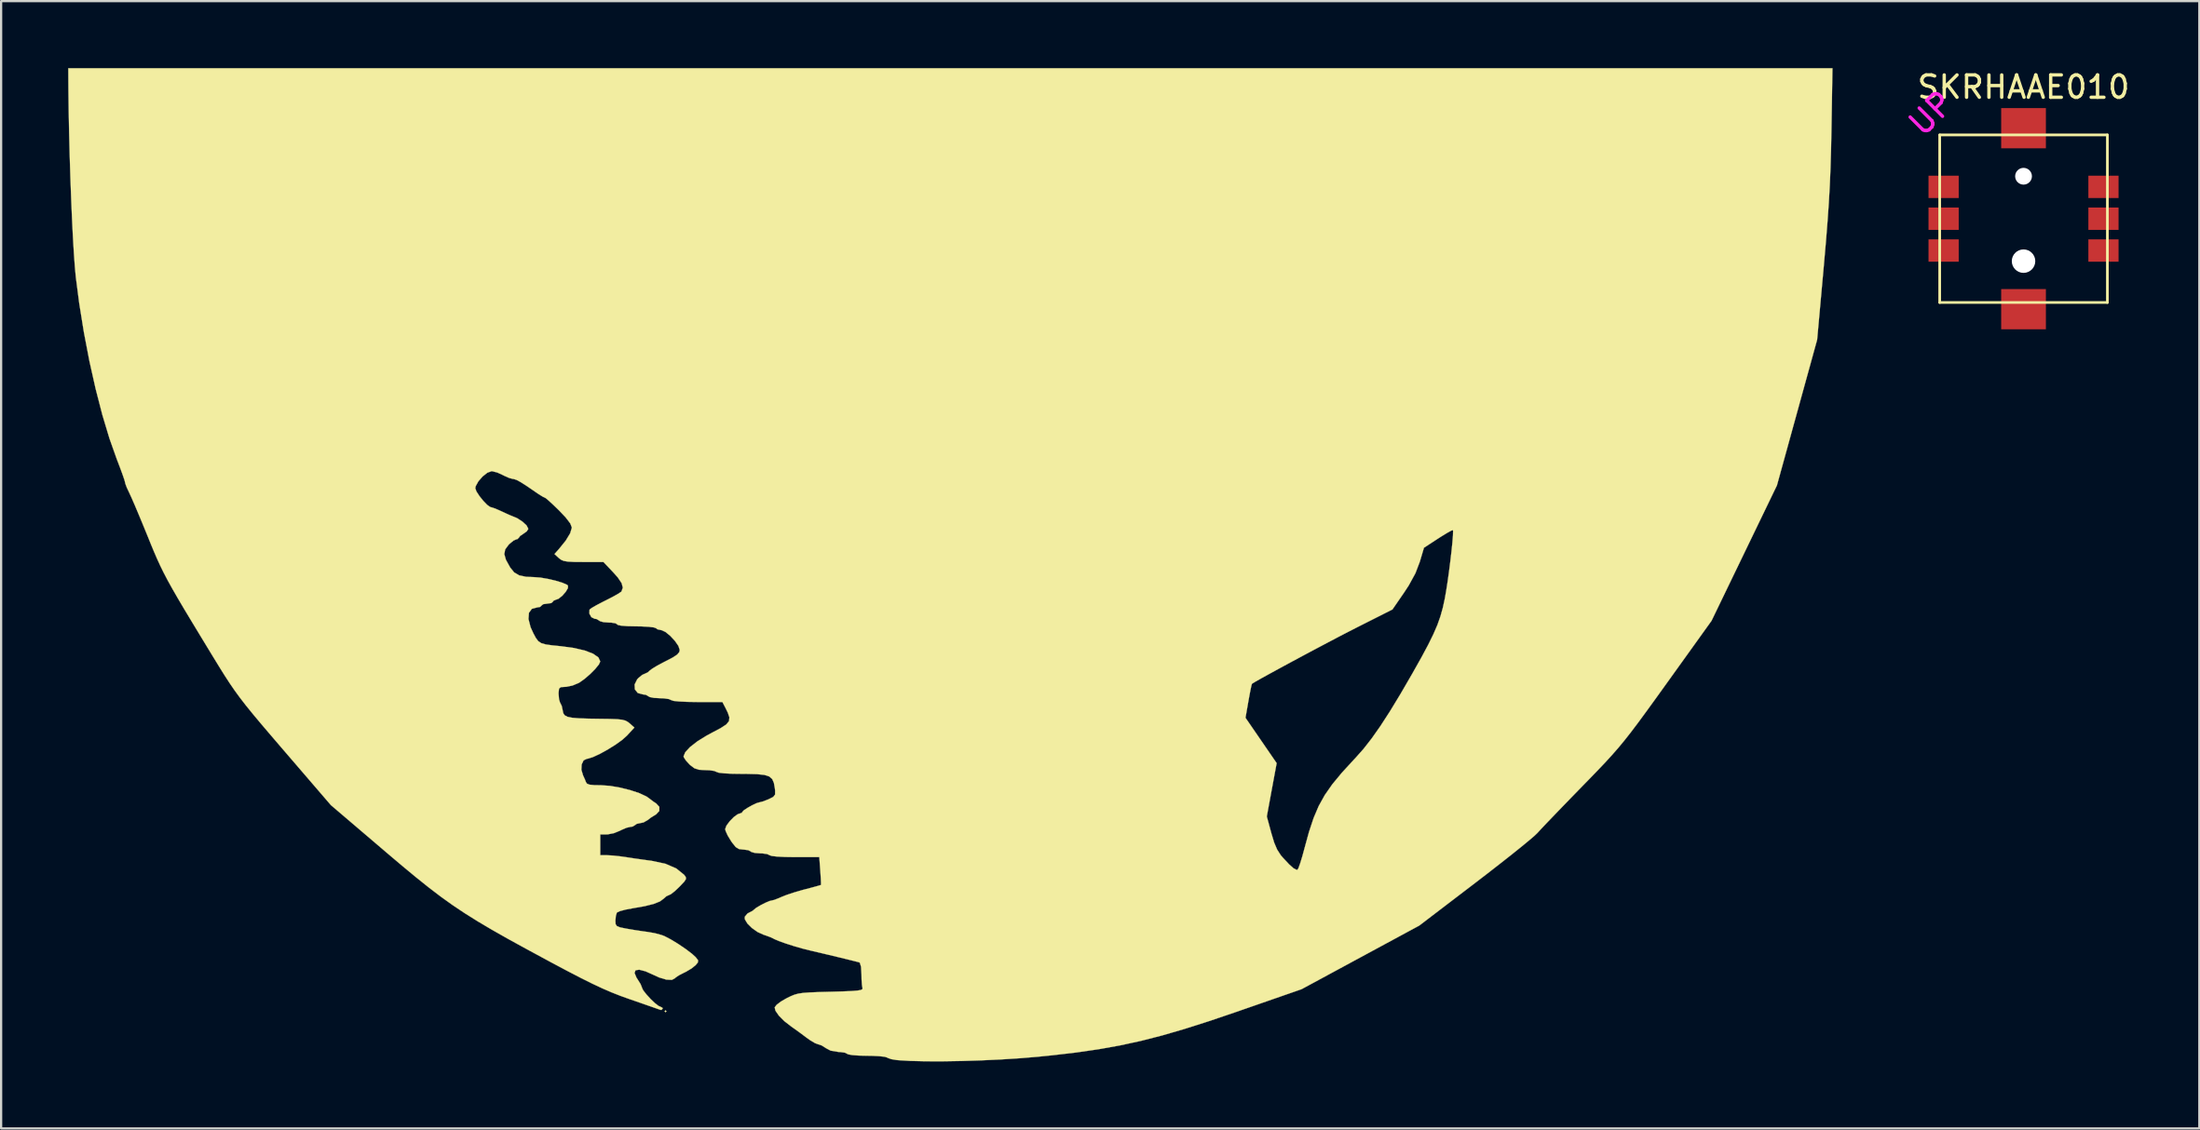
<source format=kicad_pcb>
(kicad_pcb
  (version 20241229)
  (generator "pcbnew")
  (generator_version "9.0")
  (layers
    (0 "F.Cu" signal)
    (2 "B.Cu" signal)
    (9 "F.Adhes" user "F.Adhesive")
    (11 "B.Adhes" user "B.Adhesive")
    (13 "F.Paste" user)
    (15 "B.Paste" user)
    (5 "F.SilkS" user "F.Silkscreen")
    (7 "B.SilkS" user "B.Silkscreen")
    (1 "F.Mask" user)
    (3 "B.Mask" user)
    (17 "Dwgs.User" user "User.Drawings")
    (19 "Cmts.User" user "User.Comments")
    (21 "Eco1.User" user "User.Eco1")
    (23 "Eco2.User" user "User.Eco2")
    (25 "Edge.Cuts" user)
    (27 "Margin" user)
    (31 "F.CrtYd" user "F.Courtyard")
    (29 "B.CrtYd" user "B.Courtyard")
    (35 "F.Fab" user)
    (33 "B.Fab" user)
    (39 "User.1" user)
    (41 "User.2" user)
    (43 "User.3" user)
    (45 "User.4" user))
  (footprint "SKRHAAE010"
    (layer "F.Cu")
    (at 87.457 6.738)
    (property "Reference" "SKRHAAE010" (at 0 -5.89 0) (layer "F.SilkS") (effects (font (size 1 1) (thickness 0.15))))
    (attr through_hole)
    (fp_line (start -3.75 -3.75) (end 3.75 -3.75) (stroke (width 0.12) (type solid)) (layer "F.SilkS"))
    (fp_line (start -3.75 3.75) (end -3.75 -3.75) (stroke (width 0.12) (type solid)) (layer "F.SilkS"))
    (fp_line (start 3.75 -3.75) (end 3.75 3.75) (stroke (width 0.12) (type solid)) (layer "F.SilkS"))
    (fp_line (start 3.75 3.75) (end -3.75 3.75) (stroke (width 0.12) (type solid)) (layer "F.SilkS"))
    (fp_text user "UP" (at -4.13 -4.72 45) (layer "F.CrtYd") (effects (font (size 1 1) (thickness 0.15))))
    (pad "" smd rect (at 0 -4.05) (size 2 1.8) (layers "F.Cu" "F.Mask" "F.Paste"))
    (pad "" np_thru_hole circle (at 0 -1.9) (size 0.75 0.75) (drill 0.75) (layers "*.Cu" "*.Mask"))
    (pad "" np_thru_hole circle (at 0 1.9) (size 1.05 1.05) (drill 1.05) (layers "*.Cu" "*.Mask"))
    (pad "" smd rect (at 0 4.05) (size 2 1.8) (layers "F.Cu" "F.Mask" "F.Paste"))
    (pad "1" smd rect (at -3.575 -1.425) (size 1.35 1) (layers "F.Cu" "F.Mask" "F.Paste"))
    (pad "2" smd rect (at -3.575 0) (size 1.35 1) (layers "F.Cu" "F.Mask" "F.Paste"))
    (pad "3" smd rect (at -3.575 1.425) (size 1.35 1) (layers "F.Cu" "F.Mask" "F.Paste"))
    (pad "4" smd rect (at 3.575 -1.425) (size 1.35 1) (layers "F.Cu" "F.Mask" "F.Paste"))
    (pad "5" smd rect (at 3.575 0) (size 1.35 1) (layers "F.Cu" "F.Mask" "F.Paste"))
    (pad "6" smd rect (at 3.575 1.425) (size 1.35 1) (layers "F.Cu" "F.Mask" "F.Paste")))
  (footprint "bombface-moved"
    (layer "F.Cu")
    (at 39.46 22.188)
    (property "Reference" "bombface-moved" (at 0 0 0) (layer "F.SilkS") (effects (font (size 1.524 1.524) (thickness 0.3))))
    (attr through_hole)
    (fp_poly (pts (xy -12.7 20.024) (xy -12.742 20.066) (xy -12.785 20.024) (xy -12.742 19.981) (xy -12.7 20.024)) (stroke (width 0.01) (type solid)) (fill yes) (layer "F.SilkS"))
    (fp_poly (pts (xy 39.405 -19.41) (xy 39.387 -18.524) (xy 39.363 -17.716) (xy 39.331 -16.945) (xy 39.288 -16.17) (xy 39.231 -15.351) (xy 39.16 -14.448) (xy 39.07 -13.42) (xy 39.063 -13.335) (xy 38.765 -10.033) (xy 36.967 -3.514) (xy 34.042 2.545) (xy 32.036 5.342) (xy 31.53 6.046) (xy 31.105 6.632) (xy 30.744 7.124) (xy 30.429 7.54) (xy 30.143 7.904) (xy 29.869 8.235) (xy 29.589 8.555) (xy 29.287 8.886) (xy 28.943 9.248) (xy 28.543 9.662) (xy 28.279 9.932) (xy 27.82 10.404) (xy 27.386 10.852) (xy 26.996 11.257) (xy 26.667 11.6) (xy 26.417 11.864) (xy 26.265 12.03) (xy 26.247 12.049) (xy 26.116 12.174) (xy 25.866 12.387) (xy 25.516 12.675) (xy 25.083 13.023) (xy 24.582 13.417) (xy 24.033 13.845) (xy 23.468 14.279) (xy 20.971 16.186) (xy 18.338 17.61) (xy 15.706 19.034) (xy 12.785 20.05) (xy 11.572 20.462) (xy 10.48 20.81) (xy 9.475 21.103) (xy 8.522 21.347) (xy 7.588 21.55) (xy 6.64 21.72) (xy 5.644 21.865) (xy 4.567 21.991) (xy 3.895 22.059) (xy 3.106 22.125) (xy 2.256 22.179) (xy 1.377 22.22) (xy 0.5 22.248) (xy -0.342 22.262) (xy -1.117 22.261) (xy -1.794 22.245) (xy -2.339 22.212) (xy -2.413 22.205) (xy -2.649 22.165) (xy -2.811 22.108) (xy -2.832 22.092) (xy -2.947 22.058) (xy -3.19 22.032) (xy -3.52 22.016) (xy -3.737 22.013) (xy -4.1 22.005) (xy -4.391 21.983) (xy -4.574 21.95) (xy -4.614 21.929) (xy -4.725 21.875) (xy -4.936 21.846) (xy -5.008 21.844) (xy -5.358 21.785) (xy -5.565 21.675) (xy -5.757 21.553) (xy -5.917 21.5) (xy -6.057 21.448) (xy -6.272 21.32) (xy -6.435 21.204) (xy -6.714 20.995) (xy -6.994 20.793) (xy -7.112 20.711) (xy -7.426 20.467) (xy -7.673 20.219) (xy -7.826 19.999) (xy -7.861 19.847) (xy -7.773 19.732) (xy -7.573 19.581) (xy -7.33 19.441) (xy -7.143 19.349) (xy -6.977 19.281) (xy -6.802 19.233) (xy -6.585 19.201) (xy -6.294 19.18) (xy -5.898 19.164) (xy -5.366 19.15) (xy -5.357 19.15) (xy -4.818 19.134) (xy -4.428 19.118) (xy -4.165 19.097) (xy -4.009 19.071) (xy -3.938 19.036) (xy -3.932 18.991) (xy -3.932 18.99) (xy -3.958 18.842) (xy -3.975 18.588) (xy -3.979 18.363) (xy -3.998 18.031) (xy -4.051 17.856) (xy -4.085 17.831) (xy -4.293 17.778) (xy -4.619 17.697) (xy -5.016 17.6) (xy -5.437 17.499) (xy -5.835 17.404) (xy -6.164 17.328) (xy -6.265 17.304) (xy -6.613 17.217) (xy -6.993 17.108) (xy -7.36 16.99) (xy -7.67 16.88) (xy -7.876 16.792) (xy -7.916 16.769) (xy -8.045 16.708) (xy -8.266 16.627) (xy -8.356 16.598) (xy -8.626 16.475) (xy -8.88 16.295) (xy -9.082 16.094) (xy -9.195 15.906) (xy -9.199 15.794) (xy -9.08 15.65) (xy -8.998 15.604) (xy -8.85 15.528) (xy -8.805 15.489) (xy -8.693 15.397) (xy -8.49 15.276) (xy -8.262 15.16) (xy -8.076 15.084) (xy -8.014 15.071) (xy -7.875 15.037) (xy -7.655 14.951) (xy -7.572 14.913) (xy -7.331 14.817) (xy -6.99 14.704) (xy -6.612 14.594) (xy -6.522 14.57) (xy -6.2 14.486) (xy -5.949 14.417) (xy -5.808 14.375) (xy -5.79 14.368) (xy -5.789 14.282) (xy -5.798 14.07) (xy -5.817 13.777) (xy -5.82 13.737) (xy -5.865 13.123) (xy -6.949 13.123) (xy -7.392 13.117) (xy -7.748 13.099) (xy -7.988 13.072) (xy -8.086 13.039) (xy -8.195 12.987) (xy -8.41 12.957) (xy -8.509 12.954) (xy -8.747 12.936) (xy -8.906 12.892) (xy -8.932 12.869) (xy -9.045 12.812) (xy -9.249 12.785) (xy -9.27 12.785) (xy -9.454 12.763) (xy -9.6 12.676) (xy -9.756 12.485) (xy -9.815 12.399) (xy -9.962 12.157) (xy -10.056 11.95) (xy -10.075 11.865) (xy -10.016 11.711) (xy -9.869 11.514) (xy -9.685 11.327) (xy -9.511 11.201) (xy -9.43 11.176) (xy -9.324 11.136) (xy -9.313 11.107) (xy -9.245 11.031) (xy -9.077 10.919) (xy -8.865 10.8) (xy -8.664 10.706) (xy -8.529 10.668) (xy -8.399 10.636) (xy -8.188 10.556) (xy -8.124 10.529) (xy -7.925 10.429) (xy -7.843 10.323) (xy -7.841 10.143) (xy -7.853 10.042) (xy -7.896 9.801) (xy -7.971 9.629) (xy -8.103 9.514) (xy -8.318 9.445) (xy -8.642 9.41) (xy -9.1 9.399) (xy -9.305 9.398) (xy -9.752 9.392) (xy -10.111 9.374) (xy -10.355 9.347) (xy -10.456 9.313) (xy -10.564 9.266) (xy -10.784 9.235) (xy -10.957 9.229) (xy -11.25 9.213) (xy -11.451 9.147) (xy -11.639 9.005) (xy -11.671 8.974) (xy -11.835 8.795) (xy -11.928 8.649) (xy -11.937 8.614) (xy -11.859 8.427) (xy -11.646 8.197) (xy -11.319 7.942) (xy -10.899 7.681) (xy -10.653 7.549) (xy -10.271 7.347) (xy -10.026 7.186) (xy -9.903 7.036) (xy -9.888 6.887) (xy 13.197 6.887) (xy 13.894 7.902) (xy 14.591 8.917) (xy 14.37 10.11) (xy 14.15 11.303) (xy 14.352 12.049) (xy 14.48 12.474) (xy 14.612 12.784) (xy 14.772 13.033) (xy 14.871 13.15) (xy 15.151 13.449) (xy 15.348 13.624) (xy 15.48 13.691) (xy 15.523 13.689) (xy 15.571 13.604) (xy 15.648 13.387) (xy 15.743 13.074) (xy 15.836 12.731) (xy 16.038 11.994) (xy 16.243 11.375) (xy 16.471 10.838) (xy 16.743 10.347) (xy 17.08 9.864) (xy 17.503 9.352) (xy 18.032 8.775) (xy 18.123 8.678) (xy 18.473 8.284) (xy 18.838 7.817) (xy 19.229 7.262) (xy 19.656 6.602) (xy 20.131 5.82) (xy 20.664 4.901) (xy 20.692 4.851) (xy 21.07 4.178) (xy 21.369 3.619) (xy 21.601 3.147) (xy 21.78 2.733) (xy 21.916 2.348) (xy 22.023 1.965) (xy 22.11 1.566) (xy 22.171 1.221) (xy 22.236 0.804) (xy 22.3 0.346) (xy 22.36 -0.122) (xy 22.412 -0.568) (xy 22.452 -0.961) (xy 22.477 -1.271) (xy 22.483 -1.465) (xy 22.474 -1.514) (xy 22.394 -1.486) (xy 22.207 -1.382) (xy 21.946 -1.222) (xy 21.81 -1.135) (xy 21.179 -0.722) (xy 20.994 -0.097) (xy 20.796 0.421) (xy 20.495 0.97) (xy 20.289 1.284) (xy 19.77 2.039) (xy 18.203 2.83) (xy 17.816 3.028) (xy 17.357 3.266) (xy 16.848 3.534) (xy 16.308 3.82) (xy 15.76 4.112) (xy 15.226 4.399) (xy 14.726 4.67) (xy 14.283 4.912) (xy 13.917 5.114) (xy 13.65 5.265) (xy 13.504 5.354) (xy 13.484 5.368) (xy 13.459 5.458) (xy 13.413 5.675) (xy 13.356 5.981) (xy 13.327 6.141) (xy 13.197 6.887) (xy -9.888 6.887) (xy -9.886 6.868) (xy -9.959 6.654) (xy -10.056 6.456) (xy -10.199 6.181) (xy -11.317 6.181) (xy -11.77 6.174) (xy -12.134 6.157) (xy -12.382 6.131) (xy -12.488 6.097) (xy -12.488 6.096) (xy -12.596 6.049) (xy -12.816 6.018) (xy -12.996 6.011) (xy -13.26 5.997) (xy -13.449 5.959) (xy -13.504 5.927) (xy -13.622 5.859) (xy -13.746 5.842) (xy -13.983 5.779) (xy -14.113 5.618) (xy -14.126 5.4) (xy -14.011 5.167) (xy -13.943 5.095) (xy -13.78 4.965) (xy -13.659 4.911) (xy -13.657 4.911) (xy -13.532 4.852) (xy -13.465 4.787) (xy -13.344 4.694) (xy -13.114 4.554) (xy -12.818 4.396) (xy -12.735 4.354) (xy -12.413 4.186) (xy -12.22 4.058) (xy -12.128 3.947) (xy -12.107 3.849) (xy -12.169 3.668) (xy -12.325 3.443) (xy -12.532 3.22) (xy -12.747 3.045) (xy -12.925 2.964) (xy -12.942 2.963) (xy -13.107 2.926) (xy -13.166 2.879) (xy -13.268 2.842) (xy -13.503 2.814) (xy -13.832 2.797) (xy -14.06 2.794) (xy -14.451 2.786) (xy -14.734 2.763) (xy -14.884 2.729) (xy -14.901 2.709) (xy -14.977 2.659) (xy -15.168 2.628) (xy -15.277 2.625) (xy -15.517 2.607) (xy -15.677 2.563) (xy -15.706 2.54) (xy -15.825 2.468) (xy -15.917 2.455) (xy -16.06 2.384) (xy -16.149 2.225) (xy -16.143 2.056) (xy -16.134 2.04) (xy -16.04 1.969) (xy -15.831 1.848) (xy -15.547 1.699) (xy -15.43 1.641) (xy -15.125 1.485) (xy -14.879 1.348) (xy -14.733 1.252) (xy -14.712 1.231) (xy -14.653 1.063) (xy -14.706 0.861) (xy -14.881 0.603) (xy -15.083 0.376) (xy -15.519 -0.085) (xy -16.422 -0.085) (xy -16.833 -0.088) (xy -17.113 -0.103) (xy -17.297 -0.134) (xy -17.422 -0.189) (xy -17.517 -0.264) (xy -17.709 -0.442) (xy -17.51 -0.666) (xy -17.205 -1.044) (xy -17.009 -1.368) (xy -16.934 -1.615) (xy -16.933 -1.629) (xy -17.003 -1.811) (xy -17.212 -2.084) (xy -17.507 -2.394) (xy -17.76 -2.639) (xy -17.969 -2.832) (xy -18.104 -2.945) (xy -18.138 -2.963) (xy -18.233 -3.008) (xy -18.42 -3.124) (xy -18.589 -3.239) (xy -18.956 -3.491) (xy -19.216 -3.657) (xy -19.395 -3.754) (xy -19.522 -3.797) (xy -19.577 -3.804) (xy -19.741 -3.848) (xy -19.967 -3.949) (xy -20.024 -3.979) (xy -20.269 -4.09) (xy -20.49 -4.147) (xy -20.525 -4.149) (xy -20.712 -4.081) (xy -20.924 -3.913) (xy -21.114 -3.695) (xy -21.234 -3.478) (xy -21.251 -3.384) (xy -21.199 -3.241) (xy -21.067 -3.037) (xy -20.894 -2.822) (xy -20.721 -2.642) (xy -20.585 -2.546) (xy -20.56 -2.54) (xy -20.443 -2.506) (xy -20.231 -2.421) (xy -20.083 -2.354) (xy -19.85 -2.246) (xy -19.686 -2.173) (xy -19.643 -2.156) (xy -19.387 -2.051) (xy -19.143 -1.893) (xy -18.958 -1.722) (xy -18.881 -1.572) (xy -18.881 -1.566) (xy -18.948 -1.458) (xy -19.092 -1.355) (xy -19.246 -1.25) (xy -19.304 -1.171) (xy -19.372 -1.106) (xy -19.415 -1.101) (xy -19.54 -1.044) (xy -19.714 -0.902) (xy -19.764 -0.852) (xy -19.914 -0.649) (xy -19.954 -0.439) (xy -19.882 -0.184) (xy -19.695 0.154) (xy -19.688 0.164) (xy -19.513 0.38) (xy -19.292 0.512) (xy -18.983 0.577) (xy -18.612 0.593) (xy -18.337 0.614) (xy -18.005 0.671) (xy -17.665 0.75) (xy -17.367 0.84) (xy -17.162 0.927) (xy -17.107 0.969) (xy -17.109 1.083) (xy -17.207 1.25) (xy -17.36 1.425) (xy -17.529 1.56) (xy -17.663 1.609) (xy -17.769 1.658) (xy -17.78 1.693) (xy -17.854 1.753) (xy -18.031 1.778) (xy -18.034 1.778) (xy -18.212 1.803) (xy -18.288 1.862) (xy -18.288 1.863) (xy -18.36 1.928) (xy -18.483 1.947) (xy -18.722 2.011) (xy -18.853 2.19) (xy -18.873 2.468) (xy -18.78 2.83) (xy -18.654 3.108) (xy -18.542 3.315) (xy -18.436 3.456) (xy -18.301 3.547) (xy -18.101 3.605) (xy -17.8 3.647) (xy -17.426 3.684) (xy -16.838 3.764) (xy -16.351 3.878) (xy -15.981 4.021) (xy -15.746 4.185) (xy -15.663 4.365) (xy -15.663 4.367) (xy -15.725 4.502) (xy -15.886 4.7) (xy -16.109 4.926) (xy -16.357 5.141) (xy -16.593 5.309) (xy -16.628 5.329) (xy -16.905 5.444) (xy -17.188 5.502) (xy -17.232 5.503) (xy -17.424 5.515) (xy -17.506 5.582) (xy -17.526 5.756) (xy -17.526 5.825) (xy -17.507 6.055) (xy -17.46 6.212) (xy -17.448 6.227) (xy -17.383 6.364) (xy -17.342 6.561) (xy -17.315 6.686) (xy -17.251 6.778) (xy -17.127 6.843) (xy -16.92 6.886) (xy -16.607 6.912) (xy -16.167 6.926) (xy -15.689 6.933) (xy -15.229 6.939) (xy -14.905 6.951) (xy -14.686 6.975) (xy -14.537 7.014) (xy -14.427 7.074) (xy -14.353 7.133) (xy -14.135 7.324) (xy -14.468 7.685) (xy -14.683 7.878) (xy -14.985 8.094) (xy -15.331 8.31) (xy -15.68 8.502) (xy -15.989 8.646) (xy -16.217 8.717) (xy -16.259 8.721) (xy -16.408 8.793) (xy -16.494 8.975) (xy -16.507 9.214) (xy -16.433 9.459) (xy -16.432 9.463) (xy -16.339 9.669) (xy -16.307 9.758) (xy -16.256 9.836) (xy -16.14 9.881) (xy -15.921 9.902) (xy -15.63 9.906) (xy -15.225 9.935) (xy -14.772 10.013) (xy -14.317 10.127) (xy -13.909 10.263) (xy -13.595 10.41) (xy -13.481 10.49) (xy -13.282 10.642) (xy -13.161 10.72) (xy -13.019 10.875) (xy -13.022 11.058) (xy -13.165 11.212) (xy -13.186 11.223) (xy -13.407 11.36) (xy -13.532 11.459) (xy -13.726 11.57) (xy -13.866 11.599) (xy -14.034 11.635) (xy -14.097 11.684) (xy -14.217 11.756) (xy -14.311 11.769) (xy -14.487 11.809) (xy -14.72 11.909) (xy -14.774 11.938) (xy -15.051 12.051) (xy -15.334 12.106) (xy -15.37 12.107) (xy -15.663 12.107) (xy -15.663 13.039) (xy -15.356 13.039) (xy -15.099 13.053) (xy -14.764 13.089) (xy -14.53 13.122) (xy -14.171 13.177) (xy -13.741 13.238) (xy -13.361 13.29) (xy -12.749 13.42) (xy -12.261 13.631) (xy -11.916 13.91) (xy -11.838 14.013) (xy -11.829 14.103) (xy -11.906 14.222) (xy -12.084 14.411) (xy -12.123 14.451) (xy -12.328 14.646) (xy -12.497 14.778) (xy -12.578 14.817) (xy -12.704 14.874) (xy -12.815 14.973) (xy -12.989 15.104) (xy -13.267 15.216) (xy -13.672 15.318) (xy -14.224 15.415) (xy -14.537 15.474) (xy -14.783 15.54) (xy -14.914 15.601) (xy -14.921 15.609) (xy -14.966 15.758) (xy -14.985 15.97) (xy -14.976 16.12) (xy -14.92 16.209) (xy -14.778 16.267) (xy -14.51 16.322) (xy -14.499 16.324) (xy -14.122 16.388) (xy -13.718 16.449) (xy -13.547 16.471) (xy -13.218 16.529) (xy -12.908 16.614) (xy -12.785 16.662) (xy -12.5 16.811) (xy -12.165 17.016) (xy -11.833 17.242) (xy -11.555 17.454) (xy -11.396 17.6) (xy -11.288 17.737) (xy -11.295 17.836) (xy -11.394 17.956) (xy -11.571 18.101) (xy -11.822 18.251) (xy -11.91 18.294) (xy -12.135 18.409) (xy -12.289 18.511) (xy -12.319 18.542) (xy -12.459 18.618) (xy -12.707 18.606) (xy -13.025 18.511) (xy -13.25 18.408) (xy -13.636 18.235) (xy -13.917 18.162) (xy -14.084 18.187) (xy -14.129 18.307) (xy -14.041 18.52) (xy -13.978 18.616) (xy -13.859 18.806) (xy -13.802 18.947) (xy -13.801 18.959) (xy -13.743 19.081) (xy -13.599 19.267) (xy -13.407 19.476) (xy -13.211 19.663) (xy -13.05 19.786) (xy -12.986 19.812) (xy -12.88 19.867) (xy -12.869 19.906) (xy -12.93 19.966) (xy -12.982 19.956) (xy -13.097 19.915) (xy -13.343 19.829) (xy -13.687 19.709) (xy -14.101 19.565) (xy -14.348 19.48) (xy -14.757 19.333) (xy -15.154 19.177) (xy -15.565 18.999) (xy -16.015 18.788) (xy -16.531 18.531) (xy -17.136 18.217) (xy -17.858 17.833) (xy -18.024 17.743) (xy -18.976 17.228) (xy -19.8 16.775) (xy -20.519 16.367) (xy -21.155 15.99) (xy -21.732 15.628) (xy -22.273 15.266) (xy -22.8 14.888) (xy -23.336 14.479) (xy -23.904 14.024) (xy -24.527 13.508) (xy -25.228 12.914) (xy -25.299 12.853) (xy -27.711 10.795) (xy -29.812 8.351) (xy -30.36 7.712) (xy -30.814 7.179) (xy -31.189 6.73) (xy -31.503 6.344) (xy -31.771 5.997) (xy -32.01 5.67) (xy -32.237 5.339) (xy -32.468 4.983) (xy -32.719 4.58) (xy -33.002 4.118) (xy -33.502 3.295) (xy -33.924 2.598) (xy -34.277 2.011) (xy -34.57 1.514) (xy -34.813 1.091) (xy -35.017 0.722) (xy -35.19 0.391) (xy -35.343 0.079) (xy -35.485 -0.231) (xy -35.626 -0.557) (xy -35.775 -0.917) (xy -35.894 -1.212) (xy -36.105 -1.728) (xy -36.306 -2.212) (xy -36.485 -2.636) (xy -36.629 -2.967) (xy -36.725 -3.176) (xy -36.735 -3.197) (xy -36.843 -3.427) (xy -36.907 -3.601) (xy -36.915 -3.644) (xy -36.944 -3.756) (xy -37.024 -3.99) (xy -37.143 -4.314) (xy -37.286 -4.689) (xy -37.614 -5.613) (xy -37.933 -6.675) (xy -38.234 -7.843) (xy -38.512 -9.084) (xy -38.758 -10.368) (xy -38.966 -11.662) (xy -39.118 -12.832) (xy -39.161 -13.294) (xy -39.205 -13.902) (xy -39.248 -14.631) (xy -39.289 -15.459) (xy -39.327 -16.362) (xy -39.362 -17.315) (xy -39.393 -18.296) (xy -39.418 -19.28) (xy -39.437 -20.244) (xy -39.449 -21.164) (xy -39.452 -21.569) (xy -39.455 -22.183) (xy 39.45 -22.183) (xy 39.405 -19.41)) (stroke (width 0.01) (type solid)) (fill yes) (layer "F.SilkS")))
  (gr_rect
    (start -3 -3)
    (end 95.32 47.455)
    (stroke (width 0.1) (type default))
    (fill no)
    (layer "Edge.Cuts")))
</source>
